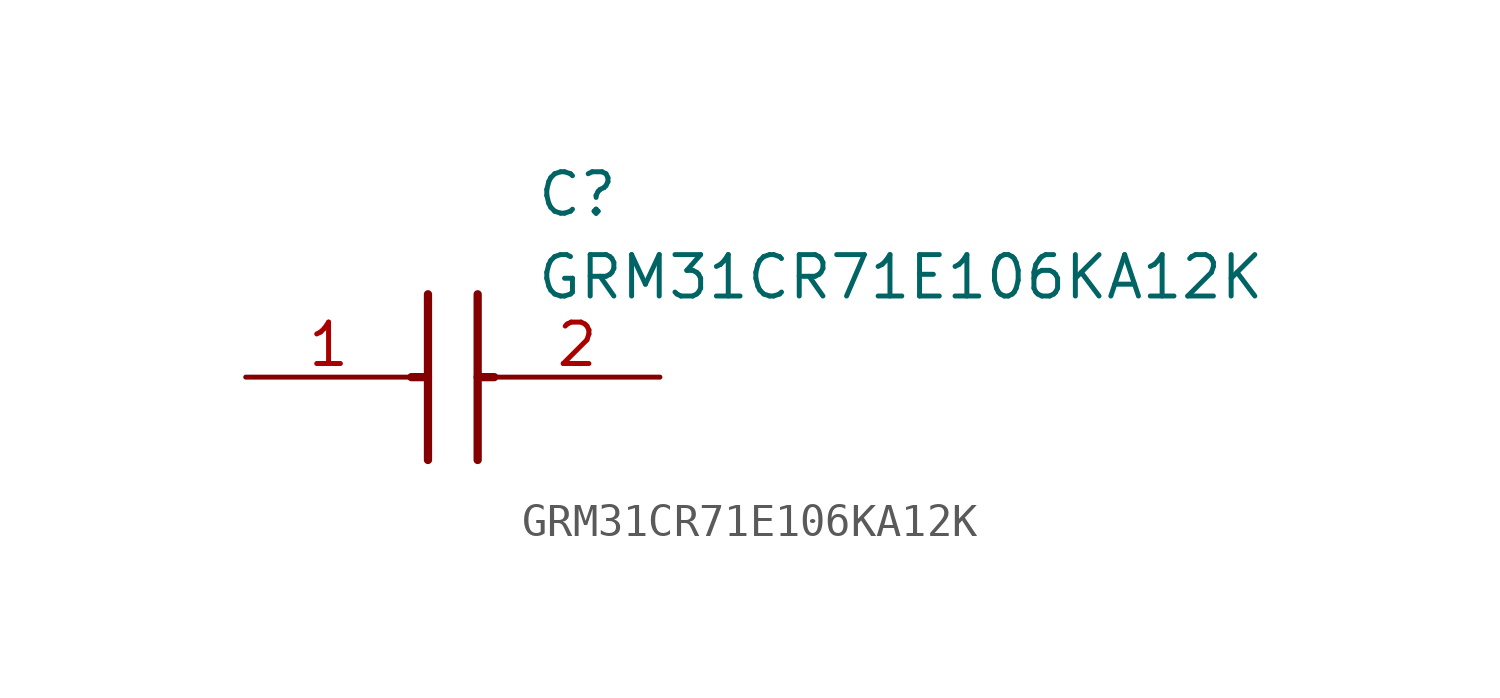
<source format=kicad_sym>
(kicad_symbol_lib
  (version 20211014)
  (generator SamacSys_ECAD_Model)
  (symbol "GRM31CR71E106KA12K"
    (pin_names hide)
    (property "Reference" "C"
      (at 8.89 6.35 0)
      (effects (font (size 1.27 1.27)) (justify left top)))
    (property "Value" "GRM31CR71E106KA12K"
      (at 8.89 3.81 0)
      (effects (font (size 1.27 1.27)) (justify left top)))
    (polyline
      (pts (xy 5.588 2.54) (xy 5.588 -2.54))
      (stroke (width 0.254) (type default))
      (fill (type none)))
    (polyline
      (pts (xy 7.112 2.54) (xy 7.112 -2.54))
      (stroke (width 0.254) (type default))
      (fill (type none)))
    (polyline
      (pts (xy 5.08 0) (xy 5.588 0))
      (stroke (width 0.254) (type default))
      (fill (type none)))
    (polyline
      (pts (xy 7.112 0) (xy 7.62 0))
      (stroke (width 0.254) (type default))
      (fill (type none)))
    (pin passive line
      (at 0 0 0)
      (length 5.08)
      (name "1" (effects (font (size 1.27 1.27))))
      (number "1" (effects (font (size 1.27 1.27)))))
    (pin passive line
      (at 12.7 0 180)
      (length 5.08)
      (name "2" (effects (font (size 1.27 1.27))))
      (number "2" (effects (font (size 1.27 1.27)))))))
</source>
